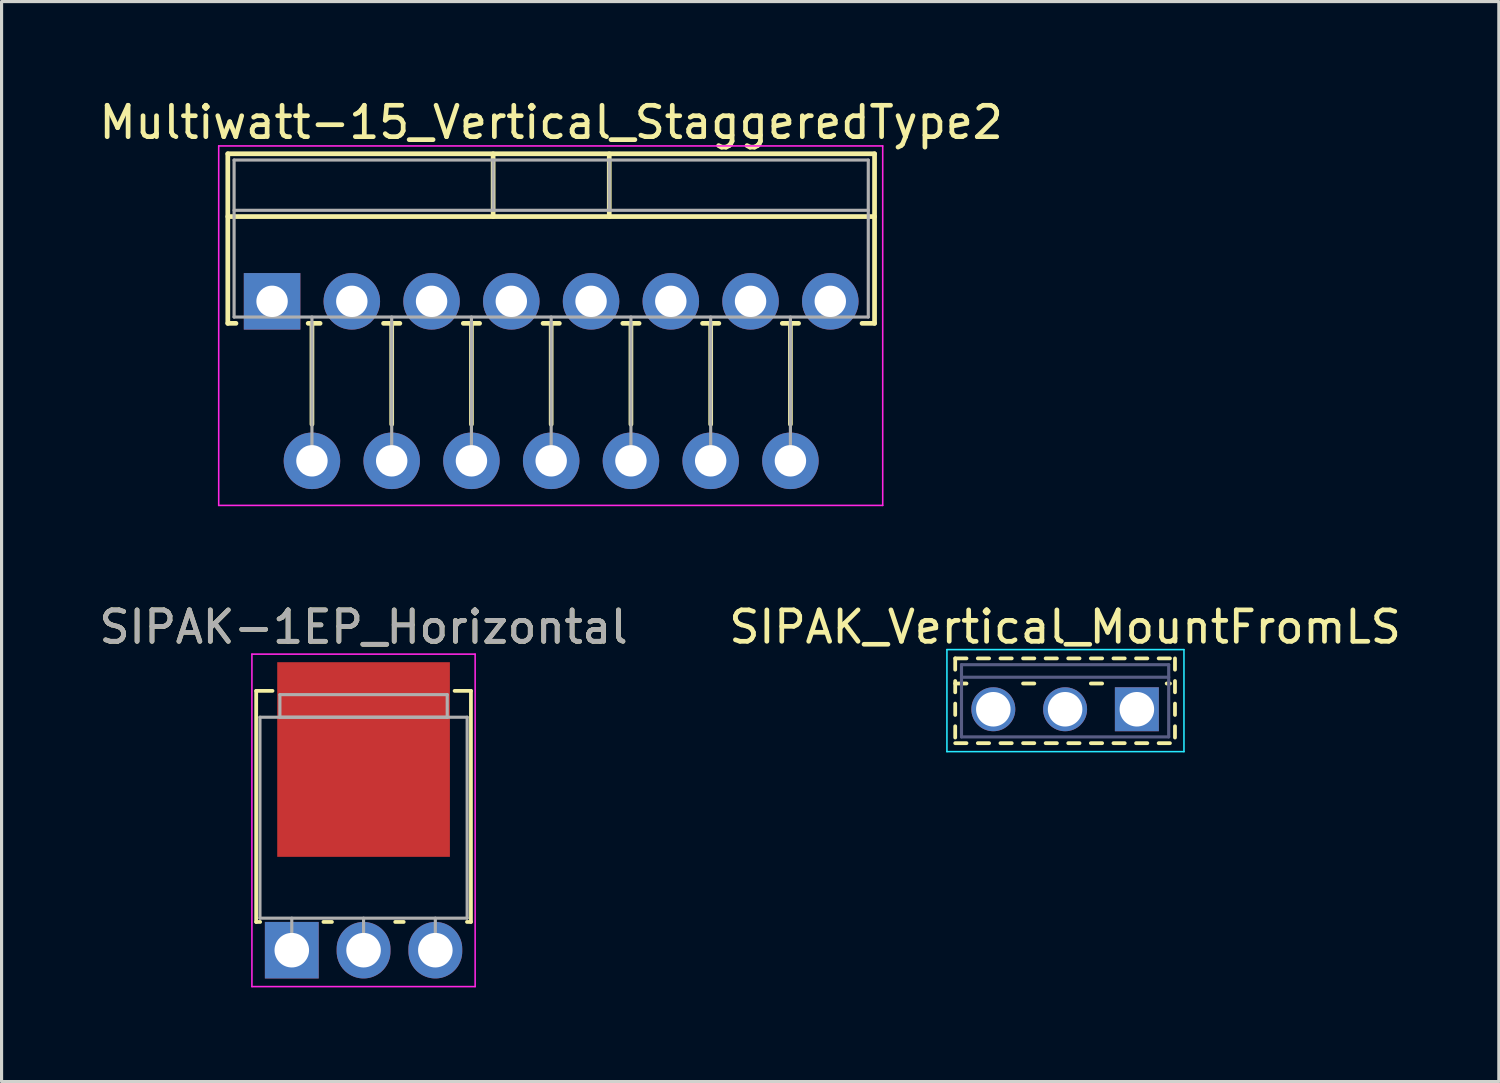
<source format=kicad_pcb>
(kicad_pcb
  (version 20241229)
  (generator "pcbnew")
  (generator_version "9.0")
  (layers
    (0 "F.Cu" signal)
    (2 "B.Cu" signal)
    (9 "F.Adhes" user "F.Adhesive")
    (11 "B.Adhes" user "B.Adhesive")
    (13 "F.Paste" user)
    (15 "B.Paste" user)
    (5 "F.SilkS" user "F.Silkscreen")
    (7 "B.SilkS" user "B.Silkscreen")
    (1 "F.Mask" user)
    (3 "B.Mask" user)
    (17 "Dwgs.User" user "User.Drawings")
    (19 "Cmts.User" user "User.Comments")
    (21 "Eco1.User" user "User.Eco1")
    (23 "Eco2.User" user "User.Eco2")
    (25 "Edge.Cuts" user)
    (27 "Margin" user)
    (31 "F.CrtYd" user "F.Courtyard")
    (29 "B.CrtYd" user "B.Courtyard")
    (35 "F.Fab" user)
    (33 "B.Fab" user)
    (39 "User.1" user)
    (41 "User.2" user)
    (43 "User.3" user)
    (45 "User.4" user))
  (footprint "SIPAK-1EP_Horizontal"
    (layer "F.Cu")
    (at 6.244 27.215)
    (property "Reference" "SIPAK-1EP_Horizontal" (at 2.286 -10.293 0) (layer "F.SilkS") (effects (font (size 1 1) (thickness 0.15))))
    (attr through_hole)
    (fp_line (start -1.134 -8.26) (end -1.134 -0.9) (stroke (width 0.12) (type solid)) (layer "F.SilkS"))
    (fp_line (start -1.134 -8.26) (end -0.614 -8.26) (stroke (width 0.12) (type solid)) (layer "F.SilkS"))
    (fp_line (start -1.134 -0.9) (end -1.008 -0.9) (stroke (width 0.12) (type solid)) (layer "F.SilkS"))
    (fp_line (start 1.008 -0.9) (end 1.279 -0.9) (stroke (width 0.12) (type solid)) (layer "F.SilkS"))
    (fp_line (start 3.294 -0.9) (end 3.565 -0.9) (stroke (width 0.12) (type solid)) (layer "F.SilkS"))
    (fp_line (start 5.186 -8.26) (end 5.706 -8.26) (stroke (width 0.12) (type solid)) (layer "F.SilkS"))
    (fp_line (start 5.58 -0.9) (end 5.706 -0.9) (stroke (width 0.12) (type solid)) (layer "F.SilkS"))
    (fp_line (start 5.706 -8.26) (end 5.706 -0.9) (stroke (width 0.12) (type solid)) (layer "F.SilkS"))
    (fp_line (start -1.27 -9.43) (end -1.27 1.16) (stroke (width 0.05) (type solid)) (layer "F.CrtYd"))
    (fp_line (start -1.27 1.16) (end 5.84 1.16) (stroke (width 0.05) (type solid)) (layer "F.CrtYd"))
    (fp_line (start 5.84 -9.43) (end -1.27 -9.43) (stroke (width 0.05) (type solid)) (layer "F.CrtYd"))
    (fp_line (start 5.84 1.16) (end 5.84 -9.43) (stroke (width 0.05) (type solid)) (layer "F.CrtYd"))
    (fp_line (start -1.014 -7.42) (end 5.586 -7.42) (stroke (width 0.1) (type solid)) (layer "F.Fab"))
    (fp_line (start -1.014 -1.02) (end -1.014 -7.42) (stroke (width 0.1) (type solid)) (layer "F.Fab"))
    (fp_line (start -0.379 -8.14) (end 4.951 -8.14) (stroke (width 0.1) (type solid)) (layer "F.Fab"))
    (fp_line (start -0.379 -7.42) (end -0.379 -8.14) (stroke (width 0.1) (type solid)) (layer "F.Fab"))
    (fp_line (start 0 -1.02) (end 0 0) (stroke (width 0.1) (type solid)) (layer "F.Fab"))
    (fp_line (start 2.286 -1.02) (end 2.286 0) (stroke (width 0.1) (type solid)) (layer "F.Fab"))
    (fp_line (start 4.572 -1.02) (end 4.572 0) (stroke (width 0.1) (type solid)) (layer "F.Fab"))
    (fp_line (start 4.951 -8.14) (end 4.951 -7.42) (stroke (width 0.1) (type solid)) (layer "F.Fab"))
    (fp_line (start 4.951 -7.42) (end -0.379 -7.42) (stroke (width 0.1) (type solid)) (layer "F.Fab"))
    (fp_line (start 5.586 -7.42) (end 5.586 -1.02) (stroke (width 0.1) (type solid)) (layer "F.Fab"))
    (fp_line (start 5.586 -1.02) (end -1.014 -1.02) (stroke (width 0.1) (type solid)) (layer "F.Fab"))
    (fp_text user "${REFERENCE}" (at 2.286 -10.293 0) (layer "F.Fab") (effects (font (size 1 1) (thickness 0.15))))
    (pad "1" thru_hole rect (at 0 0) (size 1.714 1.8) (drill 1.1) (layers "*.Cu" "*.Mask"))
    (pad "2" thru_hole oval (at 2.286 0) (size 1.714 1.8) (drill 1.1) (layers "*.Cu" "*.Mask"))
    (pad "3" thru_hole oval (at 4.572 0) (size 1.714 1.8) (drill 1.1) (layers "*.Cu" "*.Mask"))
    (pad "4" smd rect (at 2.286 -6.073) (size 5.5 6.2) (layers "F.Cu" "F.Mask")))
  (footprint "Multiwatt-15_Vertical_StaggeredType2"
    (layer "F.Cu")
    (at 5.616 6.548)
    (property "Reference" "Multiwatt-15_Vertical_StaggeredType2" (at 8.89 -5.7 0) (layer "F.SilkS") (effects (font (size 1 1) (thickness 0.15))))
    (attr through_hole)
    (fp_line (start -1.41 -4.7) (end -1.41 0.701) (stroke (width 0.15) (type solid)) (layer "F.SilkS"))
    (fp_line (start -1.41 -4.7) (end 19.19 -4.7) (stroke (width 0.15) (type solid)) (layer "F.SilkS"))
    (fp_line (start -1.41 -2.7) (end 19.19 -2.7) (stroke (width 0.15) (type solid)) (layer "F.SilkS"))
    (fp_line (start -1.41 0.701) (end -1.15 0.701) (stroke (width 0.15) (type solid)) (layer "F.SilkS"))
    (fp_line (start 1.15 0.701) (end 1.53 0.701) (stroke (width 0.15) (type solid)) (layer "F.SilkS"))
    (fp_line (start 1.27 0.701) (end 1.27 3.915) (stroke (width 0.15) (type solid)) (layer "F.SilkS"))
    (fp_line (start 3.551 0.701) (end 4.07 0.701) (stroke (width 0.15) (type solid)) (layer "F.SilkS"))
    (fp_line (start 3.81 0.701) (end 3.81 3.915) (stroke (width 0.15) (type solid)) (layer "F.SilkS"))
    (fp_line (start 6.091 0.701) (end 6.61 0.701) (stroke (width 0.15) (type solid)) (layer "F.SilkS"))
    (fp_line (start 6.35 0.701) (end 6.35 3.915) (stroke (width 0.15) (type solid)) (layer "F.SilkS"))
    (fp_line (start 7.041 -4.7) (end 7.041 -2.7) (stroke (width 0.15) (type solid)) (layer "F.SilkS"))
    (fp_line (start 8.631 0.701) (end 9.15 0.701) (stroke (width 0.15) (type solid)) (layer "F.SilkS"))
    (fp_line (start 8.89 0.701) (end 8.89 3.915) (stroke (width 0.15) (type solid)) (layer "F.SilkS"))
    (fp_line (start 10.74 -4.7) (end 10.74 -2.7) (stroke (width 0.15) (type solid)) (layer "F.SilkS"))
    (fp_line (start 11.171 0.701) (end 11.69 0.701) (stroke (width 0.15) (type solid)) (layer "F.SilkS"))
    (fp_line (start 11.43 0.701) (end 11.43 3.915) (stroke (width 0.15) (type solid)) (layer "F.SilkS"))
    (fp_line (start 13.711 0.701) (end 14.23 0.701) (stroke (width 0.15) (type solid)) (layer "F.SilkS"))
    (fp_line (start 13.97 0.701) (end 13.97 3.915) (stroke (width 0.15) (type solid)) (layer "F.SilkS"))
    (fp_line (start 16.251 0.701) (end 16.77 0.701) (stroke (width 0.15) (type solid)) (layer "F.SilkS"))
    (fp_line (start 16.51 0.701) (end 16.51 3.915) (stroke (width 0.15) (type solid)) (layer "F.SilkS"))
    (fp_line (start 18.791 0.701) (end 19.19 0.701) (stroke (width 0.15) (type solid)) (layer "F.SilkS"))
    (fp_line (start 19.19 -4.7) (end 19.19 0.701) (stroke (width 0.15) (type solid)) (layer "F.SilkS"))
    (fp_line (start -1.7 -4.95) (end -1.7 6.5) (stroke (width 0.05) (type solid)) (layer "F.CrtYd"))
    (fp_line (start -1.7 6.5) (end 19.45 6.5) (stroke (width 0.05) (type solid)) (layer "F.CrtYd"))
    (fp_line (start 19.45 -4.95) (end -1.7 -4.95) (stroke (width 0.05) (type solid)) (layer "F.CrtYd"))
    (fp_line (start 19.45 6.5) (end 19.45 -4.95) (stroke (width 0.05) (type solid)) (layer "F.CrtYd"))
    (fp_line (start -1.21 -4.5) (end -1.21 0.5) (stroke (width 0.1) (type solid)) (layer "F.Fab"))
    (fp_line (start -1.21 -2.9) (end 18.99 -2.9) (stroke (width 0.1) (type solid)) (layer "F.Fab"))
    (fp_line (start -1.21 0.5) (end 18.99 0.5) (stroke (width 0.1) (type solid)) (layer "F.Fab"))
    (fp_line (start 1.27 0.5) (end 1.27 5.08) (stroke (width 0.1) (type solid)) (layer "F.Fab"))
    (fp_line (start 3.81 0.5) (end 3.81 5.08) (stroke (width 0.1) (type solid)) (layer "F.Fab"))
    (fp_line (start 6.35 0.5) (end 6.35 5.08) (stroke (width 0.1) (type solid)) (layer "F.Fab"))
    (fp_line (start 7.04 -4.5) (end 7.04 -2.9) (stroke (width 0.1) (type solid)) (layer "F.Fab"))
    (fp_line (start 8.89 0.5) (end 8.89 5.08) (stroke (width 0.1) (type solid)) (layer "F.Fab"))
    (fp_line (start 10.74 -4.5) (end 10.74 -2.9) (stroke (width 0.1) (type solid)) (layer "F.Fab"))
    (fp_line (start 11.43 0.5) (end 11.43 5.08) (stroke (width 0.1) (type solid)) (layer "F.Fab"))
    (fp_line (start 13.97 0.5) (end 13.97 5.08) (stroke (width 0.1) (type solid)) (layer "F.Fab"))
    (fp_line (start 16.51 0.5) (end 16.51 5.08) (stroke (width 0.1) (type solid)) (layer "F.Fab"))
    (fp_line (start 18.99 -4.5) (end -1.21 -4.5) (stroke (width 0.1) (type solid)) (layer "F.Fab"))
    (fp_line (start 18.99 0.5) (end 18.99 -4.5) (stroke (width 0.1) (type solid)) (layer "F.Fab"))
    (pad "1" thru_hole rect (at 0 0) (size 1.8 1.8) (drill 1) (layers "*.Cu" "*.Mask"))
    (pad "2" thru_hole oval (at 1.27 5.08) (size 1.8 1.8) (drill 1) (layers "*.Cu" "*.Mask"))
    (pad "3" thru_hole oval (at 2.54 0) (size 1.8 1.8) (drill 1) (layers "*.Cu" "*.Mask"))
    (pad "4" thru_hole oval (at 3.81 5.08) (size 1.8 1.8) (drill 1) (layers "*.Cu" "*.Mask"))
    (pad "5" thru_hole oval (at 5.08 0) (size 1.8 1.8) (drill 1) (layers "*.Cu" "*.Mask"))
    (pad "6" thru_hole oval (at 6.35 5.08) (size 1.8 1.8) (drill 1) (layers "*.Cu" "*.Mask"))
    (pad "7" thru_hole oval (at 7.62 0) (size 1.8 1.8) (drill 1) (layers "*.Cu" "*.Mask"))
    (pad "8" thru_hole oval (at 8.89 5.08) (size 1.8 1.8) (drill 1) (layers "*.Cu" "*.Mask"))
    (pad "9" thru_hole oval (at 10.16 0) (size 1.8 1.8) (drill 1) (layers "*.Cu" "*.Mask"))
    (pad "10" thru_hole oval (at 11.43 5.08) (size 1.8 1.8) (drill 1) (layers "*.Cu" "*.Mask"))
    (pad "11" thru_hole oval (at 12.7 0) (size 1.8 1.8) (drill 1) (layers "*.Cu" "*.Mask"))
    (pad "12" thru_hole oval (at 13.97 5.08) (size 1.8 1.8) (drill 1) (layers "*.Cu" "*.Mask"))
    (pad "13" thru_hole oval (at 15.24 0) (size 1.8 1.8) (drill 1) (layers "*.Cu" "*.Mask"))
    (pad "14" thru_hole oval (at 16.51 5.08) (size 1.8 1.8) (drill 1) (layers "*.Cu" "*.Mask"))
    (pad "15" thru_hole oval (at 17.78 0) (size 1.8 1.8) (drill 1) (layers "*.Cu" "*.Mask")))
  (footprint "SIPAK_Vertical_MountFromLS"
    (layer "F.Cu")
    (at 33.161 19.541)
    (property "Reference" "SIPAK_Vertical_MountFromLS" (at -2.286 -2.62 0) (layer "F.SilkS") (effects (font (size 1 1) (thickness 0.15))))
    (attr through_hole)
    (fp_line (start -5.786 -1.62) (end -5.786 -1.26) (stroke (width 0.12) (type solid)) (layer "F.SilkS"))
    (fp_line (start -5.786 -1.62) (end -5.426 -1.62) (stroke (width 0.12) (type solid)) (layer "F.SilkS"))
    (fp_line (start -5.786 -0.9) (end -5.786 -0.54) (stroke (width 0.12) (type solid)) (layer "F.SilkS"))
    (fp_line (start -5.786 -0.82) (end -5.426 -0.82) (stroke (width 0.12) (type solid)) (layer "F.SilkS"))
    (fp_line (start -5.786 -0.18) (end -5.786 0.181) (stroke (width 0.12) (type solid)) (layer "F.SilkS"))
    (fp_line (start -5.786 0.541) (end -5.786 0.901) (stroke (width 0.12) (type solid)) (layer "F.SilkS"))
    (fp_line (start -5.786 1.08) (end -5.426 1.08) (stroke (width 0.12) (type solid)) (layer "F.SilkS"))
    (fp_line (start -5.066 -1.62) (end -4.706 -1.62) (stroke (width 0.12) (type solid)) (layer "F.SilkS"))
    (fp_line (start -5.066 1.08) (end -4.706 1.08) (stroke (width 0.12) (type solid)) (layer "F.SilkS"))
    (fp_line (start -4.345 -1.62) (end -3.985 -1.62) (stroke (width 0.12) (type solid)) (layer "F.SilkS"))
    (fp_line (start -4.345 1.08) (end -3.985 1.08) (stroke (width 0.12) (type solid)) (layer "F.SilkS"))
    (fp_line (start -3.625 -1.62) (end -3.266 -1.62) (stroke (width 0.12) (type solid)) (layer "F.SilkS"))
    (fp_line (start -3.625 -0.82) (end -3.266 -0.82) (stroke (width 0.12) (type solid)) (layer "F.SilkS"))
    (fp_line (start -3.625 1.08) (end -3.266 1.08) (stroke (width 0.12) (type solid)) (layer "F.SilkS"))
    (fp_line (start -2.906 -1.62) (end -2.546 -1.62) (stroke (width 0.12) (type solid)) (layer "F.SilkS"))
    (fp_line (start -2.906 1.08) (end -2.546 1.08) (stroke (width 0.12) (type solid)) (layer "F.SilkS"))
    (fp_line (start -2.186 -1.62) (end -1.826 -1.62) (stroke (width 0.12) (type solid)) (layer "F.SilkS"))
    (fp_line (start -2.186 1.08) (end -1.826 1.08) (stroke (width 0.12) (type solid)) (layer "F.SilkS"))
    (fp_line (start -1.466 -1.62) (end -1.106 -1.62) (stroke (width 0.12) (type solid)) (layer "F.SilkS"))
    (fp_line (start -1.466 -0.82) (end -1.106 -0.82) (stroke (width 0.12) (type solid)) (layer "F.SilkS"))
    (fp_line (start -1.466 1.08) (end -1.106 1.08) (stroke (width 0.12) (type solid)) (layer "F.SilkS"))
    (fp_line (start -0.746 -1.62) (end -0.386 -1.62) (stroke (width 0.12) (type solid)) (layer "F.SilkS"))
    (fp_line (start -0.746 1.08) (end -0.386 1.08) (stroke (width 0.12) (type solid)) (layer "F.SilkS"))
    (fp_line (start -0.026 -1.62) (end 0.334 -1.62) (stroke (width 0.12) (type solid)) (layer "F.SilkS"))
    (fp_line (start -0.026 1.08) (end 0.334 1.08) (stroke (width 0.12) (type solid)) (layer "F.SilkS"))
    (fp_line (start 0.694 -1.62) (end 1.054 -1.62) (stroke (width 0.12) (type solid)) (layer "F.SilkS"))
    (fp_line (start 0.694 1.08) (end 1.054 1.08) (stroke (width 0.12) (type solid)) (layer "F.SilkS"))
    (fp_line (start 0.95 -0.82) (end 1.054 -0.82) (stroke (width 0.12) (type solid)) (layer "F.SilkS"))
    (fp_line (start 1.214 -1.62) (end 1.214 -1.26) (stroke (width 0.12) (type solid)) (layer "F.SilkS"))
    (fp_line (start 1.214 -0.9) (end 1.214 -0.54) (stroke (width 0.12) (type solid)) (layer "F.SilkS"))
    (fp_line (start 1.214 -0.18) (end 1.214 0.181) (stroke (width 0.12) (type solid)) (layer "F.SilkS"))
    (fp_line (start 1.214 0.541) (end 1.214 0.901) (stroke (width 0.12) (type solid)) (layer "F.SilkS"))
    (fp_line (start -6.05 -1.9) (end -6.05 1.35) (stroke (width 0.05) (type solid)) (layer "B.CrtYd"))
    (fp_line (start -6.05 1.35) (end 1.5 1.35) (stroke (width 0.05) (type solid)) (layer "B.CrtYd"))
    (fp_line (start 1.5 -1.9) (end -6.05 -1.9) (stroke (width 0.05) (type solid)) (layer "B.CrtYd"))
    (fp_line (start 1.5 1.35) (end 1.5 -1.9) (stroke (width 0.05) (type solid)) (layer "B.CrtYd"))
    (fp_line (start -5.586 -1.42) (end -5.586 0.88) (stroke (width 0.1) (type solid)) (layer "B.Fab"))
    (fp_line (start -5.586 -1.02) (end 1.014 -1.02) (stroke (width 0.1) (type solid)) (layer "B.Fab"))
    (fp_line (start -5.586 0.88) (end 1.014 0.88) (stroke (width 0.1) (type solid)) (layer "B.Fab"))
    (fp_line (start 1.014 -1.42) (end -5.586 -1.42) (stroke (width 0.1) (type solid)) (layer "B.Fab"))
    (fp_line (start 1.014 0.88) (end 1.014 -1.42) (stroke (width 0.1) (type solid)) (layer "B.Fab"))
    (pad "1" thru_hole rect (at 0 0) (size 1.4 1.4) (drill 1.1) (layers "*.Cu" "*.Mask"))
    (pad "2" thru_hole oval (at -2.286 0) (size 1.4 1.4) (drill 1.1) (layers "*.Cu" "*.Mask"))
    (pad "3" thru_hole oval (at -4.572 0) (size 1.4 1.4) (drill 1.1) (layers "*.Cu" "*.Mask")))
  (gr_rect
    (start -3 -3)
    (end 44.69 31.4)
    (stroke (width 0.1) (type default))
    (fill no)
    (layer "Edge.Cuts")))
</source>
